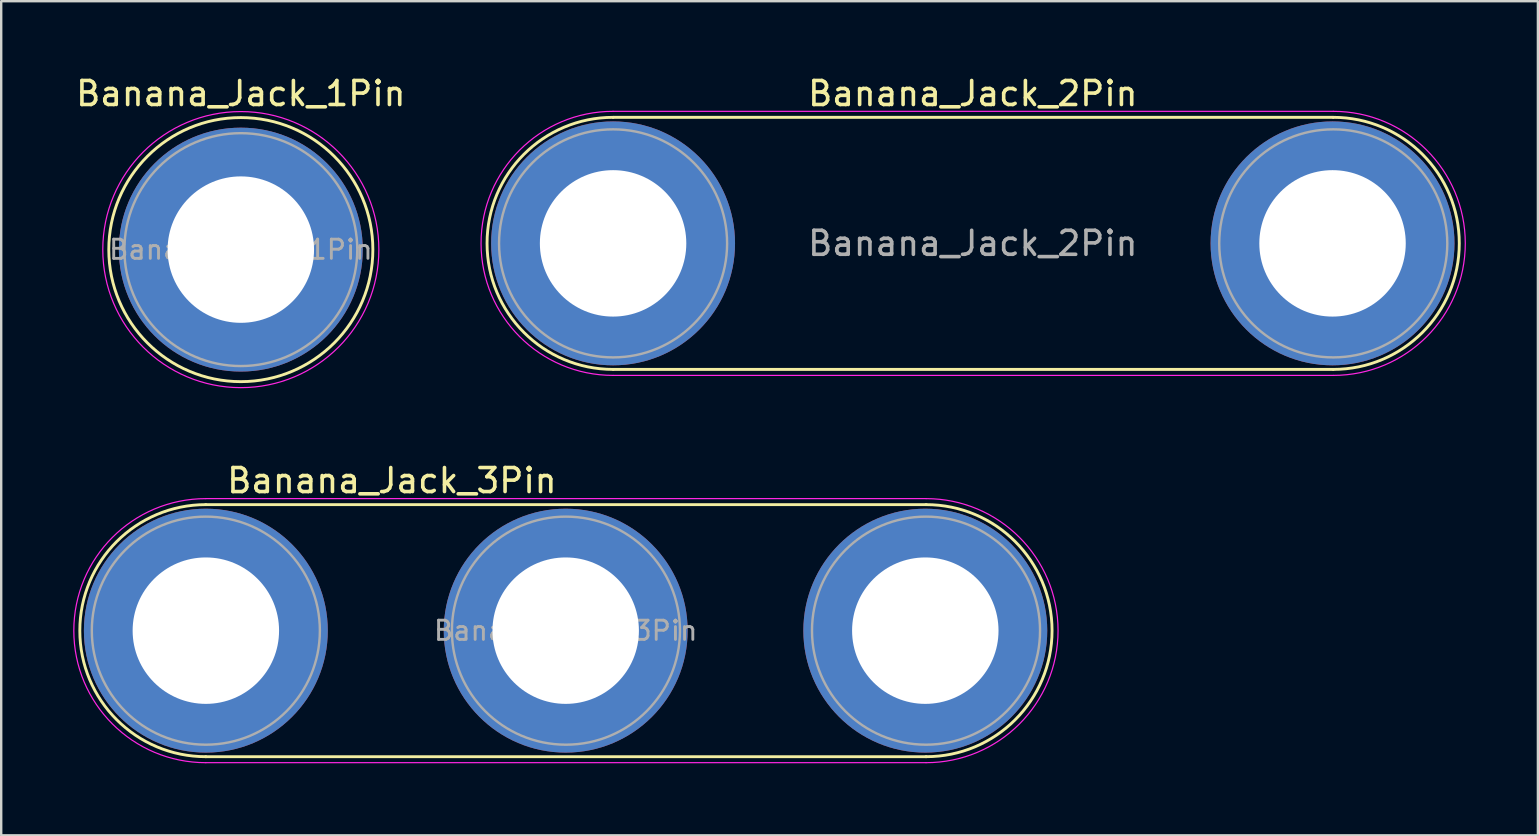
<source format=kicad_pcb>
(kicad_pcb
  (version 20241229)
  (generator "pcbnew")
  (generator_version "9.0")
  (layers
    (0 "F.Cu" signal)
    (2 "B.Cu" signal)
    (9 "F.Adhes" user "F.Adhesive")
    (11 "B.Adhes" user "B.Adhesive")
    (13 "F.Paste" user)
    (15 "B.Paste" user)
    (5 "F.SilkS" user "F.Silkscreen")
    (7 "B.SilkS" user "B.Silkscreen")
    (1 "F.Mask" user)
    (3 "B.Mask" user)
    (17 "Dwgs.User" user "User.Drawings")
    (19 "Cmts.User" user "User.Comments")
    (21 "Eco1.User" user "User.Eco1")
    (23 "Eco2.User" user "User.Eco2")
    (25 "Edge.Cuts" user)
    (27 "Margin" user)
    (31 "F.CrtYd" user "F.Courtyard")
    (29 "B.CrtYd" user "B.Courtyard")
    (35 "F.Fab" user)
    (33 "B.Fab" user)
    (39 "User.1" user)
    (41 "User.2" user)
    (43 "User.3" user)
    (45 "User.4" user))
  (footprint "Banana_Jack_3Pin"
    (layer "F.Cu")
    (at 5.525 23.221)
    (property "Reference" "Banana_Jack_3Pin" (at 7.75 -6.25 0) (layer "F.SilkS") (effects (font (size 1 1) (thickness 0.15))))
    (attr through_hole)
    (fp_line (start 0 5.25) (end 30 5.25) (stroke (width 0.12) (type solid)) (layer "F.SilkS"))
    (fp_line (start 30 -5.25) (end 0 -5.25) (stroke (width 0.12) (type solid)) (layer "F.SilkS"))
    (fp_arc (start 0 5.25) (mid -5.25 0) (end 0 -5.25) (stroke (width 0.12) (type solid)) (layer "F.SilkS"))
    (fp_arc (start 30 -5.25) (mid 35.25 0) (end 30 5.25) (stroke (width 0.12) (type solid)) (layer "F.SilkS"))
    (fp_line (start 0 -5.5) (end 30 -5.5) (stroke (width 0.05) (type solid)) (layer "F.CrtYd"))
    (fp_line (start 30 5.5) (end 0 5.5) (stroke (width 0.05) (type solid)) (layer "F.CrtYd"))
    (fp_arc (start 0 5.5) (mid -5.5 0) (end 0 -5.5) (stroke (width 0.05) (type solid)) (layer "F.CrtYd"))
    (fp_arc (start 30 -5.5) (mid 35.5 0) (end 30 5.5) (stroke (width 0.05) (type solid)) (layer "F.CrtYd"))
    (fp_circle (center 0 0) (end 2 0) (stroke (width 0.1) (type solid)) (fill no) (layer "F.Fab"))
    (fp_circle (center 0 0) (end 4.75 0) (stroke (width 0.1) (type solid)) (fill no) (layer "F.Fab"))
    (fp_circle (center 15 0) (end 17 0) (stroke (width 0.1) (type solid)) (fill no) (layer "F.Fab"))
    (fp_circle (center 15 0) (end 19.75 0) (stroke (width 0.1) (type solid)) (fill no) (layer "F.Fab"))
    (fp_circle (center 30 0) (end 30 -4.75) (stroke (width 0.1) (type solid)) (fill no) (layer "F.Fab"))
    (fp_circle (center 30 0) (end 30 -2) (stroke (width 0.1) (type solid)) (fill no) (layer "F.Fab"))
    (fp_text user "${REFERENCE}" (at 14.99 0 0) (layer "F.Fab") (effects (font (size 0.8 0.8) (thickness 0.12))))
    (pad "1" thru_hole circle (at 0 0) (size 10.16 10.16) (drill 6.1) (layers "*.Cu" "*.Mask"))
    (pad "2" thru_hole circle (at 14.99 0) (size 10.16 10.16) (drill 6.1) (layers "*.Cu" "*.Mask"))
    (pad "3" thru_hole circle (at 29.97 0) (size 10.16 10.16) (drill 6.1) (layers "*.Cu" "*.Mask")))
  (footprint "Banana_Jack_2Pin"
    (layer "F.Cu")
    (at 22.489 7.088)
    (property "Reference" "Banana_Jack_2Pin" (at 14.985 -6.24 0) (layer "F.SilkS") (effects (font (size 1 1) (thickness 0.15))))
    (attr through_hole)
    (fp_line (start 0 5.25) (end 30 5.25) (stroke (width 0.12) (type solid)) (layer "F.SilkS"))
    (fp_line (start 30 -5.25) (end 0 -5.25) (stroke (width 0.12) (type solid)) (layer "F.SilkS"))
    (fp_arc (start 0 5.25) (mid -5.25 0) (end 0 -5.25) (stroke (width 0.12) (type solid)) (layer "F.SilkS"))
    (fp_arc (start 30 -5.25) (mid 35.25 0) (end 30 5.25) (stroke (width 0.12) (type solid)) (layer "F.SilkS"))
    (fp_line (start 0 5.5) (end 30 5.5) (stroke (width 0.05) (type solid)) (layer "F.CrtYd"))
    (fp_line (start 30 -5.5) (end 0 -5.5) (stroke (width 0.05) (type solid)) (layer "F.CrtYd"))
    (fp_arc (start 0 5.5) (mid -5.5 0) (end 0 -5.5) (stroke (width 0.05) (type solid)) (layer "F.CrtYd"))
    (fp_arc (start 30 -5.5) (mid 35.5 0) (end 30 5.5) (stroke (width 0.05) (type solid)) (layer "F.CrtYd"))
    (fp_circle (center 0 0) (end 2 0) (stroke (width 0.1) (type solid)) (fill no) (layer "F.Fab"))
    (fp_circle (center 0 0) (end 4.75 0) (stroke (width 0.1) (type solid)) (fill no) (layer "F.Fab"))
    (fp_circle (center 30 0) (end 32 0) (stroke (width 0.1) (type solid)) (fill no) (layer "F.Fab"))
    (fp_circle (center 30 0) (end 34.75 0) (stroke (width 0.1) (type solid)) (fill no) (layer "F.Fab"))
    (fp_text user "${REFERENCE}" (at 14.985 0 0) (layer "F.Fab") (effects (font (size 1 1) (thickness 0.15))))
    (pad "1" thru_hole circle (at 0 0) (size 10.16 10.16) (drill 6.1) (layers "*.Cu" "*.Mask"))
    (pad "2" thru_hole circle (at 29.97 0) (size 10.16 10.16) (drill 6.1) (layers "*.Cu" "*.Mask")))
  (footprint "Banana_Jack_1Pin"
    (layer "F.Cu")
    (at 6.982 7.348)
    (property "Reference" "Banana_Jack_1Pin" (at 0 -6.5 0) (layer "F.SilkS") (effects (font (size 1 1) (thickness 0.15))))
    (attr through_hole)
    (fp_circle (center 0 0) (end 5.5 0) (stroke (width 0.12) (type solid)) (fill no) (layer "F.SilkS"))
    (fp_circle (center 0 0) (end 5.75 0) (stroke (width 0.05) (type solid)) (fill no) (layer "F.CrtYd"))
    (fp_circle (center 0 0) (end 2 0) (stroke (width 0.1) (type solid)) (fill no) (layer "F.Fab"))
    (fp_circle (center 0 0) (end 4.85 0.05) (stroke (width 0.1) (type solid)) (fill no) (layer "F.Fab"))
    (fp_text user "${REFERENCE}" (at 0 0 0) (layer "F.Fab") (effects (font (size 0.8 0.8) (thickness 0.12))))
    (pad "1" thru_hole circle (at 0 0) (size 10.16 10.16) (drill 6.1) (layers "*.Cu" "*.Mask")))
  (gr_rect
    (start -3 -3)
    (end 61.014 31.747)
    (stroke (width 0.1) (type default))
    (fill no)
    (layer "Edge.Cuts")))
</source>
